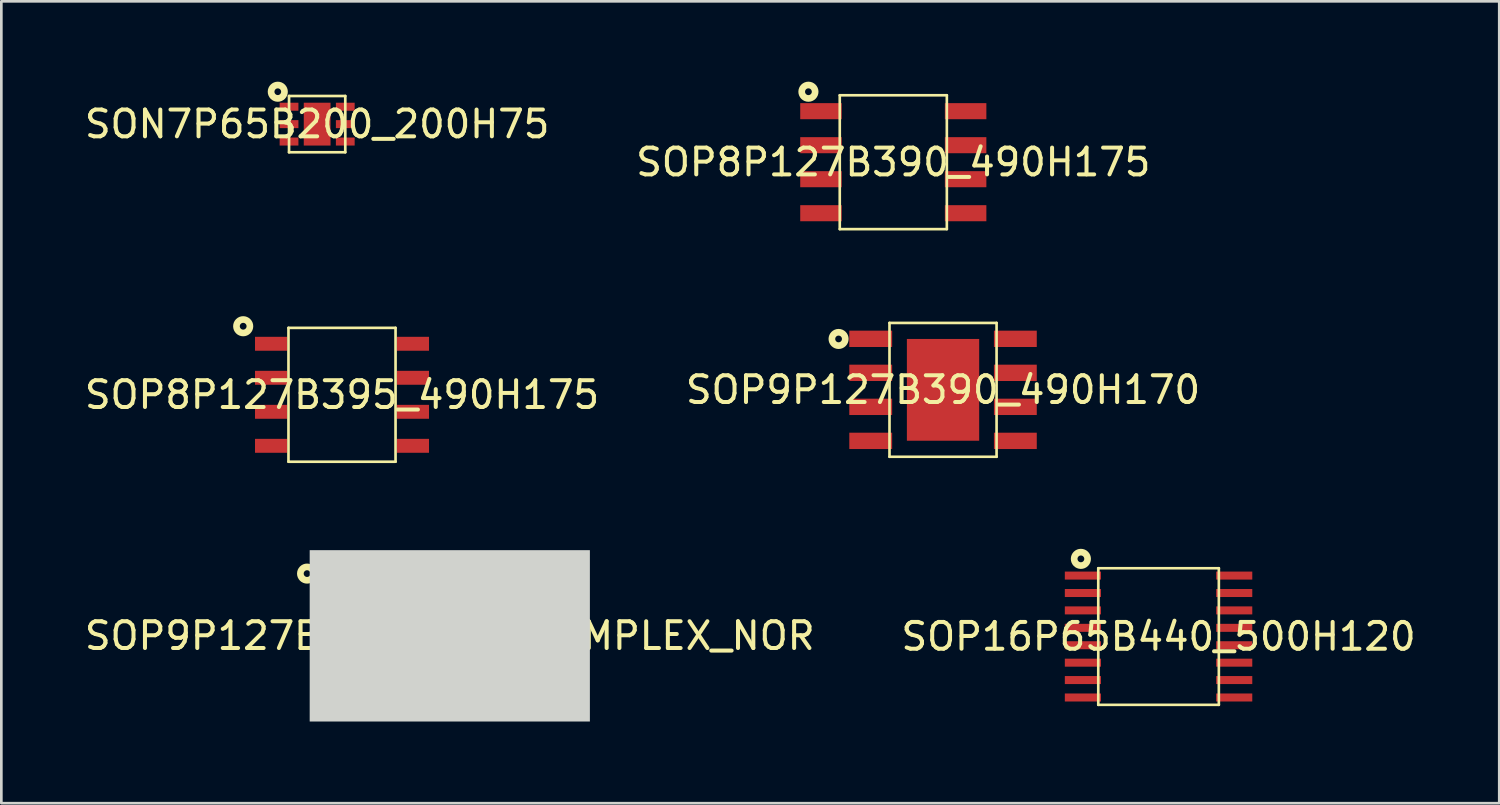
<source format=kicad_pcb>
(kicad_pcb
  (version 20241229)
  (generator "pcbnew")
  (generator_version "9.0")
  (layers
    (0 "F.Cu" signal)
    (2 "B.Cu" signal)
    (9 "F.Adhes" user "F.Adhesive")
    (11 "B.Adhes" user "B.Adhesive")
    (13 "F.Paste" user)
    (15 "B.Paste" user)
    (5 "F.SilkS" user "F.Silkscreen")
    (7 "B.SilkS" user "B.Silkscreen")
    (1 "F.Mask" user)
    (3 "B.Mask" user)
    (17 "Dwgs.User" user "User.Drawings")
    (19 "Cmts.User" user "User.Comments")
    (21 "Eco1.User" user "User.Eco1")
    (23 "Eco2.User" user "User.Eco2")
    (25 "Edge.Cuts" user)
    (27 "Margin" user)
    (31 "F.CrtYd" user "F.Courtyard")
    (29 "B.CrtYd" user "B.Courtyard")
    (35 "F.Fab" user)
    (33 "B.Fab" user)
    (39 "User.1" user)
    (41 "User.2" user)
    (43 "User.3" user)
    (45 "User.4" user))
  (footprint "SON7P65B200_200H75"
    (layer "F.Cu")
    (at 8.792 1.585)
    (property "Reference" "SON7P65B200_200H75" (at 0 0 0) (layer "F.SilkS") (effects (font (size 1 1) (thickness 0.15))))
    (fp_line (start -1.05 1.05) (end -1.05 -1.05) (stroke (width 0.1) (type default)) (layer "F.SilkS"))
    (fp_line (start 1.05 -1.05) (end -1.05 -1.05) (stroke (width 0.1) (type default)) (layer "F.SilkS"))
    (fp_line (start 1.05 1.05) (end -1.05 1.05) (stroke (width 0.1) (type default)) (layer "F.SilkS"))
    (fp_line (start 1.05 1.05) (end 1.05 -1.05) (stroke (width 0.1) (type default)) (layer "F.SilkS"))
    (fp_circle (center -1.47 -1.21) (end -1.22 -1.21) (stroke (width 0.25) (type default)) (fill no) (layer "F.SilkS"))
    (fp_line (start -1.6 1.25) (end -1.6 -1.25) (stroke (width 0.025) (type default)) (layer "User.1"))
    (fp_line (start 1.6 -1.25) (end -1.6 -1.25) (stroke (width 0.025) (type default)) (layer "User.1"))
    (fp_line (start 1.6 1.25) (end -1.6 1.25) (stroke (width 0.025) (type default)) (layer "User.1"))
    (fp_line (start 1.6 1.25) (end 1.6 -1.25) (stroke (width 0.025) (type default)) (layer "User.1"))
    (fp_poly (pts (xy -1.05 1.05) (xy -1.05 -1.05) (xy 1.05 -1.05) (xy 1.05 1.05)) (stroke (width 0.1) (type default)) (fill no) (layer "User.1"))
    (fp_poly (pts (xy -1.05 1.05) (xy -1.05 -1.05) (xy 1.05 -1.05) (xy 1.05 1.05)) (stroke (width 0.1) (type default)) (fill no) (layer "User.1"))
    (fp_poly (pts (xy -1.6 1.25) (xy -1.6 -1.25) (xy 1.6 -1.25) (xy 1.6 -1.07) (xy -1.07 -1.07) (xy -1.07 1.07) (xy 1.06 1.07) (xy 1.06 -1.05) (xy 1.6 -1.05) (xy 1.6 1.25)) (stroke (width 0.1) (type default)) (fill no) (layer "User.1"))
    (fp_poly (pts (xy -1.6 1.25) (xy -1.6 -1.25) (xy 1.6 -1.25) (xy 1.6 -1.07) (xy -1.07 -1.07) (xy -1.07 1.07) (xy 1.06 1.07) (xy 1.06 -1.05) (xy 1.6 -1.05) (xy 1.6 1.25)) (stroke (width 0.1) (type default)) (fill no) (layer "User.1"))
    (pad "1" smd rect (at -1.05 -0.65 90) (size 0.299 0.701) (layers "F.Cu" "F.Mask" "F.Paste"))
    (pad "2" smd rect (at -1.05 0 90) (size 0.299 0.701) (layers "F.Cu" "F.Mask" "F.Paste"))
    (pad "3" smd rect (at -1.05 0.65 90) (size 0.299 0.701) (layers "F.Cu" "F.Mask" "F.Paste"))
    (pad "4" smd rect (at 1.05 0.65 90) (size 0.299 0.701) (layers "F.Cu" "F.Mask" "F.Paste"))
    (pad "5" smd rect (at 1.05 0 90) (size 0.299 0.701) (layers "F.Cu" "F.Mask" "F.Paste"))
    (pad "6" smd rect (at 1.05 -0.65 90) (size 0.299 0.701) (layers "F.Cu" "F.Mask" "F.Paste"))
    (pad "7" smd rect (at 0 0 90) (size 1.6 1) (layers "F.Cu" "F.Mask" "F.Paste")))
  (footprint "SOP8P127B390_490H175"
    (layer "F.Cu")
    (at 30.304 3.006)
    (property "Reference" "SOP8P127B390_490H175" (at 0 0 0) (layer "F.SilkS") (effects (font (size 1 1) (thickness 0.15))))
    (fp_line (start -1.999 -2.499) (end -1.999 2.499) (stroke (width 0.099) (type default)) (layer "F.SilkS"))
    (fp_line (start 1.999 -2.499) (end -1.999 -2.499) (stroke (width 0.099) (type default)) (layer "F.SilkS"))
    (fp_line (start 1.999 -2.499) (end 1.999 2.499) (stroke (width 0.099) (type default)) (layer "F.SilkS"))
    (fp_line (start 1.999 2.499) (end -1.999 2.499) (stroke (width 0.099) (type default)) (layer "F.SilkS"))
    (fp_circle (center -3.169 -2.631) (end -2.918 -2.631) (stroke (width 0.249) (type default)) (fill no) (layer "F.SilkS"))
    (fp_line (start -3.675 -2.7) (end -3.675 2.7) (stroke (width 0.025) (type default)) (layer "User.1"))
    (fp_line (start 3.675 -2.7) (end -3.675 -2.7) (stroke (width 0.025) (type default)) (layer "User.1"))
    (fp_line (start 3.675 -2.7) (end 3.675 2.7) (stroke (width 0.025) (type default)) (layer "User.1"))
    (fp_line (start 3.675 2.7) (end -3.675 2.7) (stroke (width 0.025) (type default)) (layer "User.1"))
    (fp_poly (pts (xy -1.999 2.499) (xy 1.999 2.499) (xy 1.999 -2.499) (xy -1.999 -2.499)) (stroke (width 0.1) (type default)) (fill no) (layer "User.1"))
    (fp_poly (pts (xy -1.999 2.499) (xy 1.999 2.499) (xy 1.999 -2.499) (xy -1.999 -2.499)) (stroke (width 0.1) (type default)) (fill no) (layer "User.1"))
    (fp_poly (pts (xy -3.675 2.7) (xy -3.675 -2.7) (xy 3.675 -2.7) (xy 3.675 2.7) (xy -1.999 2.7) (xy -1.999 2.525) (xy 2.017 2.525) (xy 2.017 -2.525) (xy -2.019 -2.525) (xy -2.019 2.7)) (stroke (width 0.1) (type default)) (fill no) (layer "User.1"))
    (fp_poly (pts (xy -3.675 2.7) (xy -3.675 -2.7) (xy 3.675 -2.7) (xy 3.675 2.7) (xy -1.999 2.7) (xy -1.999 2.525) (xy 2.017 2.525) (xy 2.017 -2.525) (xy -2.019 -2.525) (xy -2.019 2.7)) (stroke (width 0.1) (type default)) (fill no) (layer "User.1"))
    (pad "1" smd rect (at -2.7 -1.905 180) (size 1.55 0.6) (layers "F.Cu" "F.Mask" "F.Paste"))
    (pad "2" smd rect (at -2.7 -0.635 180) (size 1.55 0.6) (layers "F.Cu" "F.Mask" "F.Paste"))
    (pad "3" smd rect (at -2.7 0.635 180) (size 1.55 0.6) (layers "F.Cu" "F.Mask" "F.Paste"))
    (pad "4" smd rect (at -2.7 1.905 180) (size 1.55 0.6) (layers "F.Cu" "F.Mask" "F.Paste"))
    (pad "5" smd rect (at 2.7 1.905 180) (size 1.55 0.6) (layers "F.Cu" "F.Mask" "F.Paste"))
    (pad "6" smd rect (at 2.7 0.635 180) (size 1.55 0.6) (layers "F.Cu" "F.Mask" "F.Paste"))
    (pad "7" smd rect (at 2.7 -0.635 180) (size 1.55 0.6) (layers "F.Cu" "F.Mask" "F.Paste"))
    (pad "8" smd rect (at 2.7 -1.905 180) (size 1.55 0.6) (layers "F.Cu" "F.Mask" "F.Paste")))
  (footprint "SOP9P127B600_800-COMPLEX_NOR"
    (layer "F.Cu")
    (at 13.744 20.691)
    (property "Reference" "SOP9P127B600_800-COMPLEX_NOR" (at 0 0 0) (layer "F.SilkS") (effects (font (size 1 1) (thickness 0.15))))
    (fp_line (start -4.002 -3.001) (end -4.002 2.998) (stroke (width 0.099) (type default)) (layer "F.SilkS"))
    (fp_line (start -2.618 -2.64) (end -2.618 2.638) (stroke (width 0.099) (type default)) (layer "F.SilkS"))
    (fp_line (start 2.615 -2.64) (end -2.618 -2.64) (stroke (width 0.099) (type default)) (layer "F.SilkS"))
    (fp_line (start 2.615 -2.64) (end 2.615 2.638) (stroke (width 0.099) (type default)) (layer "F.SilkS"))
    (fp_line (start 2.615 2.638) (end -2.618 2.638) (stroke (width 0.099) (type default)) (layer "F.SilkS"))
    (fp_line (start 3.999 -3.001) (end -4.002 -3.001) (stroke (width 0.099) (type default)) (layer "F.SilkS"))
    (fp_line (start 3.999 -3.001) (end 3.999 2.998) (stroke (width 0.099) (type default)) (layer "F.SilkS"))
    (fp_line (start 3.999 2.998) (end -4.002 2.998) (stroke (width 0.099) (type default)) (layer "F.SilkS"))
    (fp_circle (center -5.329 -2.324) (end -5.079 -2.324) (stroke (width 0.249) (type default)) (fill no) (layer "F.SilkS"))
    (fp_poly (pts (xy -5.231 3.199) (xy 5.231 3.199) (xy 5.231 -3.199) (xy -5.231 -3.199)) (stroke (width 0) (type default)) (fill yes) (layer "Edge.Cuts"))
    (fp_line (start -0.002 -1.002) (end -0.002 1) (stroke (width 0.025) (type default)) (layer "User.1"))
    (fp_line (start -0.002 -1.002) (end -0.002 1) (stroke (width 0.025) (type default)) (layer "User.1"))
    (fp_line (start 1 -0.002) (end -1.002 -0.002) (stroke (width 0.025) (type default)) (layer "User.1"))
    (fp_line (start 1 -0.002) (end -1.002 -0.002) (stroke (width 0.025) (type default)) (layer "User.1"))
    (fp_circle (center -0.002 -0.002) (end 0.499 -0.002) (stroke (width 0.025) (type default)) (fill no) (layer "User.1"))
    (fp_circle (center -0.002 -0.002) (end 0.499 -0.002) (stroke (width 0.025) (type default)) (fill no) (layer "User.1"))
    (fp_poly (pts (xy -4.002 -3.001) (xy -4.002 2.998) (xy 3.999 2.998) (xy 3.999 -3.001)) (stroke (width 0.1) (type default)) (fill no) (layer "User.1"))
    (fp_poly (pts (xy -4.002 -3.001) (xy -4.002 2.998) (xy 3.999 2.998) (xy 3.999 -3.001)) (stroke (width 0.1) (type default)) (fill no) (layer "User.1"))
    (fp_poly (pts (xy -5.231 3.199) (xy 5.231 3.199) (xy 5.231 -3.199) (xy -3.984 -3.199) (xy -3.984 -3.014) (xy 4.01 -3.014) (xy 4.01 3.011) (xy 4.007 3.011) (xy -4.014 3.011) (xy -4.014 -3.199) (xy -5.231 -3.199)) (stroke (width 0.1) (type default)) (fill no) (layer "User.1"))
    (fp_poly (pts (xy -5.231 3.199) (xy 5.231 3.199) (xy 5.231 -3.199) (xy -3.984 -3.199) (xy -3.984 -3.014) (xy 4.01 -3.014) (xy 4.01 3.011) (xy 4.007 3.011) (xy -4.014 3.011) (xy -4.014 -3.199) (xy -5.231 -3.199)) (stroke (width 0.1) (type default)) (fill no) (layer "User.1"))
    (pad "1" smd rect (at -3.842 -1.907 180) (size 2.401 0.5) (layers "F.Cu" "F.Mask" "F.Paste"))
    (pad "2" smd rect (at -3.842 -0.636 180) (size 2.401 0.5) (layers "F.Cu" "F.Mask" "F.Paste"))
    (pad "3" smd rect (at -3.842 0.633 180) (size 2.401 0.5) (layers "F.Cu" "F.Mask" "F.Paste"))
    (pad "4" smd rect (at -3.842 1.903 180) (size 2.401 0.5) (layers "F.Cu" "F.Mask" "F.Paste"))
    (pad "5" smd rect (at 3.839 1.903 180) (size 2.401 0.5) (layers "F.Cu" "F.Mask" "F.Paste"))
    (pad "6" smd rect (at 3.839 0.633 180) (size 2.401 0.5) (layers "F.Cu" "F.Mask" "F.Paste"))
    (pad "7" smd rect (at 3.839 -0.636 180) (size 2.401 0.5) (layers "F.Cu" "F.Mask" "F.Paste"))
    (pad "8" smd rect (at 3.839 -1.907 180) (size 2.401 0.5) (layers "F.Cu" "F.Mask" "F.Paste"))
    (pad "9" smd rect (at -0.002 -0.002 180) (size 3.401 4.3) (layers "F.Cu" "F.Mask" "F.Paste")))
  (footprint "SOP9P127B390_490H170"
    (layer "F.Cu")
    (at 32.161 11.506)
    (property "Reference" "SOP9P127B390_490H170" (at 0 0 0) (layer "F.SilkS") (effects (font (size 1 1) (thickness 0.15))))
    (fp_line (start -1.999 -2.499) (end 1.999 -2.499) (stroke (width 0.099) (type default)) (layer "F.SilkS"))
    (fp_line (start -1.999 2.499) (end -1.999 -2.499) (stroke (width 0.099) (type default)) (layer "F.SilkS"))
    (fp_line (start -1.999 2.499) (end 1.999 2.499) (stroke (width 0.099) (type default)) (layer "F.SilkS"))
    (fp_line (start 1.999 2.499) (end 1.999 -2.499) (stroke (width 0.099) (type default)) (layer "F.SilkS"))
    (fp_circle (center -3.9 -1.9) (end -3.65 -1.9) (stroke (width 0.249) (type default)) (fill no) (layer "F.SilkS"))
    (fp_poly (pts (xy 1.1 0.75) (xy 1.1 1.7) (xy 0.099 1.7) (xy 0.099 0.75) (xy -0.099 0.75) (xy -0.099 1.7) (xy -1.1 1.7) (xy -1.1 0.701) (xy -0.15 0.701) (xy -0.15 0.5) (xy -1.1 0.5) (xy -1.1 -0.5) (xy 0 -0.5) (xy 0 -0.701) (xy -1.1 -0.701) (xy -1.1 -1.7) (xy -0.099 -1.7) (xy -0.099 -0.75) (xy 0.099 -0.75) (xy 0.099 -1.7) (xy 1.1 -1.7) (xy 1.1 -0.701) (xy 0.051 -0.701) (xy 0.051 -0.5) (xy 1.1 -0.5) (xy 1.1 0.5) (xy 0.099 0.5) (xy 0.099 -0.45) (xy -0.099 -0.45) (xy -0.099 0.701) (xy 1.1 0.701)) (stroke (width 0) (type default)) (fill yes) (layer "F.Paste"))
    (fp_line (start -3.701 -2.7) (end 3.701 -2.7) (stroke (width 0.025) (type default)) (layer "User.1"))
    (fp_line (start -3.701 2.7) (end -3.701 -2.7) (stroke (width 0.025) (type default)) (layer "User.1"))
    (fp_line (start -3.701 2.7) (end 3.701 2.7) (stroke (width 0.025) (type default)) (layer "User.1"))
    (fp_line (start 3.701 2.7) (end 3.701 -2.7) (stroke (width 0.025) (type default)) (layer "User.1"))
    (fp_poly (pts (xy -1.999 -2.499) (xy -1.999 2.499) (xy 1.999 2.499) (xy 1.999 -2.499)) (stroke (width 0.1) (type default)) (fill no) (layer "User.1"))
    (fp_poly (pts (xy -1.999 -2.499) (xy -1.999 2.499) (xy 1.999 2.499) (xy 1.999 -2.499)) (stroke (width 0.1) (type default)) (fill no) (layer "User.1"))
    (fp_poly (pts (xy -3.701 2.7) (xy -3.701 -2.7) (xy 3.701 -2.7) (xy 3.701 2.7) (xy 1.999 2.7) (xy 1.999 2.499) (xy 1.999 -2.499) (xy -1.999 -2.499) (xy -1.999 2.499) (xy 1.9 2.499) (xy 1.9 2.7) (xy 1.801 2.7)) (stroke (width 0.1) (type default)) (fill no) (layer "User.1"))
    (fp_poly (pts (xy -3.701 2.7) (xy -3.701 -2.7) (xy 3.701 -2.7) (xy 3.701 2.7) (xy 1.999 2.7) (xy 1.999 2.499) (xy 1.999 -2.499) (xy -1.999 -2.499) (xy -1.999 2.499) (xy 1.9 2.499) (xy 1.9 2.7) (xy 1.801 2.7)) (stroke (width 0.1) (type default)) (fill no) (layer "User.1"))
    (pad "1" smd rect (at -2.7 -1.905) (size 1.6 0.61) (layers "F.Cu" "F.Mask" "F.Paste"))
    (pad "2" smd rect (at -2.7 -0.635) (size 1.6 0.61) (layers "F.Cu" "F.Mask" "F.Paste"))
    (pad "3" smd rect (at -2.7 0.635) (size 1.6 0.61) (layers "F.Cu" "F.Mask" "F.Paste"))
    (pad "4" smd rect (at -2.7 1.905) (size 1.6 0.61) (layers "F.Cu" "F.Mask" "F.Paste"))
    (pad "5" smd rect (at 2.7 1.905) (size 1.6 0.61) (layers "F.Cu" "F.Mask" "F.Paste"))
    (pad "6" smd rect (at 2.7 0.635) (size 1.6 0.61) (layers "F.Cu" "F.Mask" "F.Paste"))
    (pad "7" smd rect (at 2.7 -0.635) (size 1.6 0.61) (layers "F.Cu" "F.Mask" "F.Paste"))
    (pad "8" smd rect (at 2.7 -1.905) (size 1.6 0.61) (layers "F.Cu" "F.Mask" "F.Paste"))
    (pad "9" smd rect (at 0 0) (size 2.7 3.8) (layers "F.Cu" "F.Mask" "F.Paste")))
  (footprint "SOP8P127B395_490H175"
    (layer "F.Cu")
    (at 9.72 11.691)
    (property "Reference" "SOP8P127B395_490H175" (at 0 0 0) (layer "F.SilkS") (effects (font (size 1 1) (thickness 0.15))))
    (fp_line (start -1.999 -2.499) (end -1.999 2.499) (stroke (width 0.099) (type default)) (layer "F.SilkS"))
    (fp_line (start 1.999 -2.499) (end -1.999 -2.499) (stroke (width 0.099) (type default)) (layer "F.SilkS"))
    (fp_line (start 1.999 -2.499) (end 1.999 2.499) (stroke (width 0.099) (type default)) (layer "F.SilkS"))
    (fp_line (start 1.999 2.499) (end -1.999 2.499) (stroke (width 0.099) (type default)) (layer "F.SilkS"))
    (fp_circle (center -3.69 -2.56) (end -3.439 -2.56) (stroke (width 0.249) (type default)) (fill no) (layer "F.SilkS"))
    (fp_line (start -3.45 -2.7) (end -3.45 2.7) (stroke (width 0.025) (type default)) (layer "User.1"))
    (fp_line (start 3.45 -2.7) (end -3.45 -2.7) (stroke (width 0.025) (type default)) (layer "User.1"))
    (fp_line (start 3.45 -2.7) (end 3.45 2.7) (stroke (width 0.025) (type default)) (layer "User.1"))
    (fp_line (start 3.45 2.7) (end -3.45 2.7) (stroke (width 0.025) (type default)) (layer "User.1"))
    (fp_poly (pts (xy -1.999 -2.499) (xy -1.999 2.499) (xy 1.999 2.499) (xy 1.999 -2.499)) (stroke (width 0.1) (type default)) (fill no) (layer "User.1"))
    (fp_poly (pts (xy -1.999 -2.499) (xy -1.999 2.499) (xy 1.999 2.499) (xy 1.999 -2.499)) (stroke (width 0.1) (type default)) (fill no) (layer "User.1"))
    (fp_poly (pts (xy -1.9 -2.7) (xy 3.45 -2.7) (xy 3.45 2.7) (xy -3.45 2.7) (xy -3.45 -2.7) (xy -1.999 -2.7) (xy -1.999 2.499) (xy 1.999 2.499) (xy 1.999 -2.499) (xy -1.9 -2.499)) (stroke (width 0.1) (type default)) (fill no) (layer "User.1"))
    (fp_poly (pts (xy -1.9 -2.7) (xy 3.45 -2.7) (xy 3.45 2.7) (xy -3.45 2.7) (xy -3.45 -2.7) (xy -1.999 -2.7) (xy -1.999 2.499) (xy 1.999 2.499) (xy 1.999 -2.499) (xy -1.9 -2.499)) (stroke (width 0.1) (type default)) (fill no) (layer "User.1"))
    (pad "1" smd rect (at -2.649 -1.905 180) (size 1.199 0.52) (layers "F.Cu" "F.Mask" "F.Paste"))
    (pad "2" smd rect (at -2.649 -0.635 180) (size 1.199 0.52) (layers "F.Cu" "F.Mask" "F.Paste"))
    (pad "3" smd rect (at -2.649 0.635 180) (size 1.199 0.52) (layers "F.Cu" "F.Mask" "F.Paste"))
    (pad "4" smd rect (at -2.649 1.905 180) (size 1.199 0.52) (layers "F.Cu" "F.Mask" "F.Paste"))
    (pad "5" smd rect (at 2.649 1.905 180) (size 1.199 0.52) (layers "F.Cu" "F.Mask" "F.Paste"))
    (pad "6" smd rect (at 2.649 0.635 180) (size 1.199 0.52) (layers "F.Cu" "F.Mask" "F.Paste"))
    (pad "7" smd rect (at 2.649 -0.635 180) (size 1.199 0.52) (layers "F.Cu" "F.Mask" "F.Paste"))
    (pad "8" smd rect (at 2.649 -1.905 180) (size 1.199 0.52) (layers "F.Cu" "F.Mask" "F.Paste")))
  (footprint "SOP16P65B440_500H120"
    (layer "F.Cu")
    (at 40.208 20.717)
    (property "Reference" "SOP16P65B440_500H120" (at 0 0 0) (layer "F.SilkS") (effects (font (size 1 1) (thickness 0.15))))
    (fp_line (start -2.251 2.55) (end -2.251 -2.55) (stroke (width 0.099) (type default)) (layer "F.SilkS"))
    (fp_line (start 2.251 -2.55) (end -2.251 -2.55) (stroke (width 0.099) (type default)) (layer "F.SilkS"))
    (fp_line (start 2.251 2.55) (end -2.251 2.55) (stroke (width 0.099) (type default)) (layer "F.SilkS"))
    (fp_line (start 2.251 2.55) (end 2.251 -2.55) (stroke (width 0.099) (type default)) (layer "F.SilkS"))
    (fp_circle (center -2.9 -2.9) (end -2.649 -2.9) (stroke (width 0.249) (type default)) (fill no) (layer "F.SilkS"))
    (fp_line (start -3.701 2.751) (end -3.701 -2.751) (stroke (width 0.025) (type default)) (layer "User.1"))
    (fp_line (start 3.701 -2.751) (end -3.701 -2.751) (stroke (width 0.025) (type default)) (layer "User.1"))
    (fp_line (start 3.701 2.751) (end -3.701 2.751) (stroke (width 0.025) (type default)) (layer "User.1"))
    (fp_line (start 3.701 2.751) (end 3.701 -2.751) (stroke (width 0.025) (type default)) (layer "User.1"))
    (fp_poly (pts (xy -2.251 2.55) (xy -2.251 -2.55) (xy 2.251 -2.55) (xy 2.251 2.55)) (stroke (width 0.1) (type default)) (fill no) (layer "User.1"))
    (fp_poly (pts (xy -2.251 2.55) (xy -2.251 -2.55) (xy 2.251 -2.55) (xy 2.251 2.55)) (stroke (width 0.1) (type default)) (fill no) (layer "User.1"))
    (fp_poly (pts (xy -3.701 2.751) (xy -3.701 -2.751) (xy 3.701 -2.751) (xy 3.701 2.751) (xy 1.999 2.751) (xy 1.999 2.55) (xy 2.251 2.55) (xy 2.251 -2.55) (xy -2.251 -2.55) (xy -2.251 2.55) (xy 1.9 2.55) (xy 1.9 2.751)) (stroke (width 0.1) (type default)) (fill no) (layer "User.1"))
    (fp_poly (pts (xy -3.701 2.751) (xy -3.701 -2.751) (xy 3.701 -2.751) (xy 3.701 2.751) (xy 1.999 2.751) (xy 1.999 2.55) (xy 2.251 2.55) (xy 2.251 -2.55) (xy -2.251 -2.55) (xy -2.251 2.55) (xy 1.9 2.55) (xy 1.9 2.751)) (stroke (width 0.1) (type default)) (fill no) (layer "User.1"))
    (pad "1" smd rect (at -2.825 -2.276 90) (size 0.299 1.349) (layers "F.Cu" "F.Mask" "F.Paste"))
    (pad "2" smd rect (at -2.825 -1.625 90) (size 0.299 1.349) (layers "F.Cu" "F.Mask" "F.Paste"))
    (pad "3" smd rect (at -2.825 -0.976 90) (size 0.299 1.349) (layers "F.Cu" "F.Mask" "F.Paste"))
    (pad "4" smd rect (at -2.825 -0.325 90) (size 0.299 1.349) (layers "F.Cu" "F.Mask" "F.Paste"))
    (pad "5" smd rect (at -2.825 0.325 90) (size 0.299 1.349) (layers "F.Cu" "F.Mask" "F.Paste"))
    (pad "6" smd rect (at -2.825 0.976 90) (size 0.299 1.349) (layers "F.Cu" "F.Mask" "F.Paste"))
    (pad "7" smd rect (at -2.825 1.625 90) (size 0.299 1.349) (layers "F.Cu" "F.Mask" "F.Paste"))
    (pad "8" smd rect (at -2.825 2.276 90) (size 0.299 1.349) (layers "F.Cu" "F.Mask" "F.Paste"))
    (pad "9" smd rect (at 2.825 2.276 90) (size 0.299 1.349) (layers "F.Cu" "F.Mask" "F.Paste"))
    (pad "10" smd rect (at 2.825 1.625 90) (size 0.299 1.349) (layers "F.Cu" "F.Mask" "F.Paste"))
    (pad "11" smd rect (at 2.825 0.976 90) (size 0.299 1.349) (layers "F.Cu" "F.Mask" "F.Paste"))
    (pad "12" smd rect (at 2.825 0.325 90) (size 0.299 1.349) (layers "F.Cu" "F.Mask" "F.Paste"))
    (pad "13" smd rect (at 2.825 -0.325 90) (size 0.299 1.349) (layers "F.Cu" "F.Mask" "F.Paste"))
    (pad "14" smd rect (at 2.825 -0.976 90) (size 0.299 1.349) (layers "F.Cu" "F.Mask" "F.Paste"))
    (pad "15" smd rect (at 2.825 -1.625 90) (size 0.299 1.349) (layers "F.Cu" "F.Mask" "F.Paste"))
    (pad "16" smd rect (at 2.825 -2.276 90) (size 0.299 1.349) (layers "F.Cu" "F.Mask" "F.Paste")))
  (gr_rect
    (start -3 -3)
    (end 52.929 26.939)
    (stroke (width 0.1) (type default))
    (fill no)
    (layer "Edge.Cuts")))
</source>
